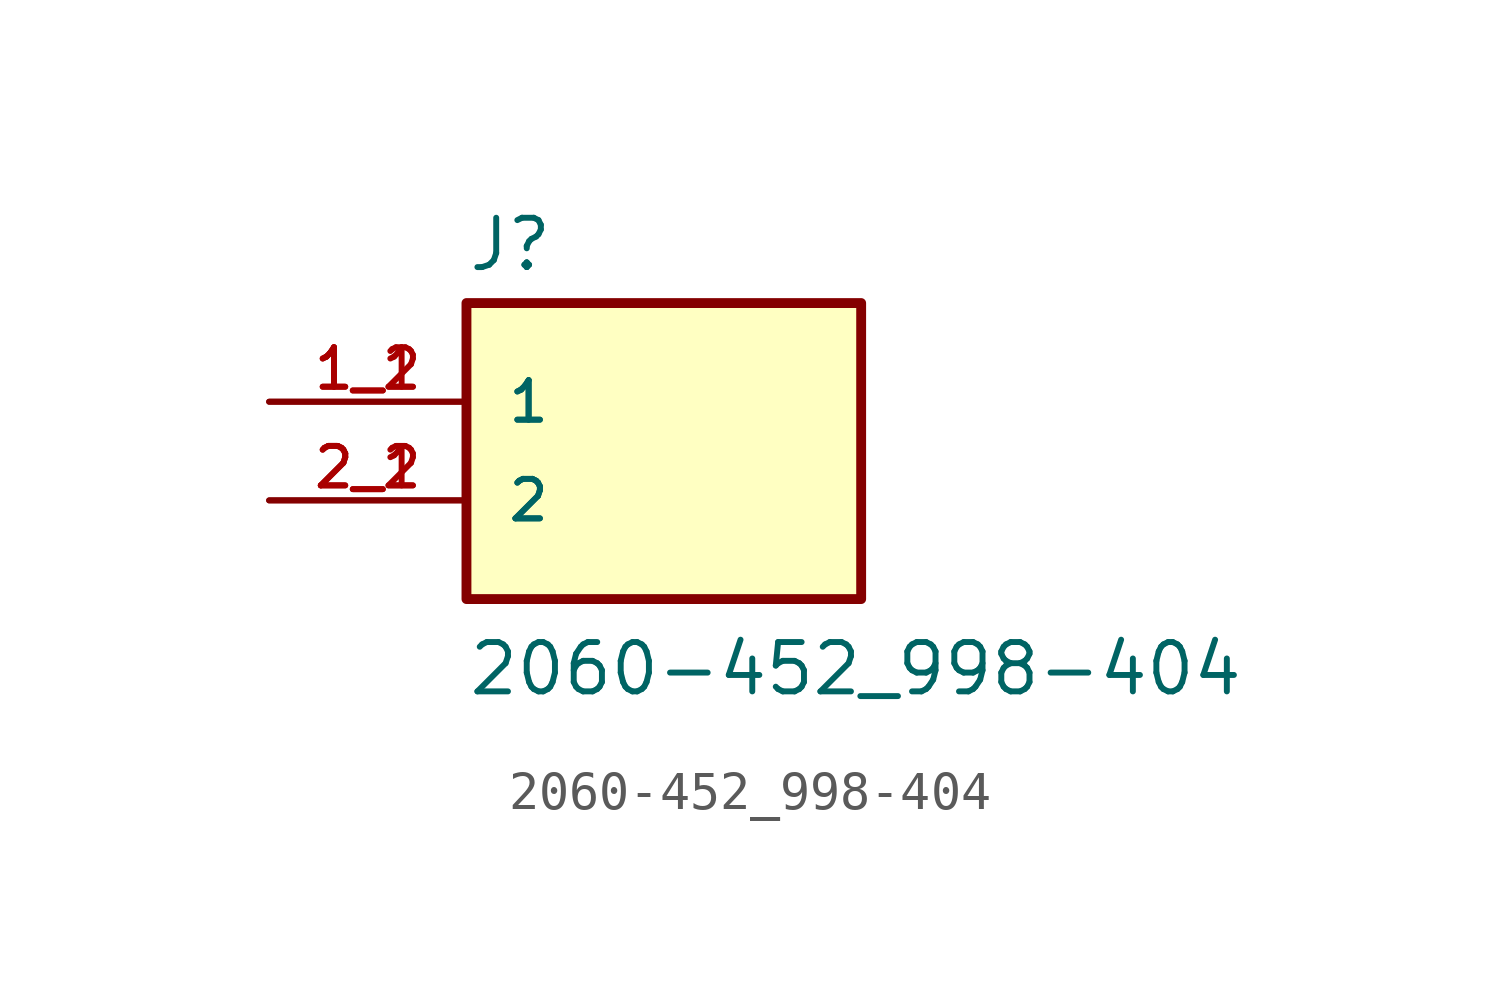
<source format=kicad_sym>
(kicad_symbol_lib
  (version 20211014)
  (generator kicad_symbol_editor)
  (symbol "2060-452_998-404"
    (pin_names
      (offset 1.016))
    (property "Reference" "J"
      (at -5.08 5.842 0)
      (effects (font (size 1.27 1.27)) (justify bottom left)))
    (property "Value" "2060-452_998-404"
      (at -5.08 -5.08 0)
      (effects (font (size 1.27 1.27)) (justify bottom left)))
    (symbol "2060-452_998-404_0_0"
      (rectangle (start -5.08 -2.54) (end 5.08 5.08) (stroke (width 0.254)) (fill (type background)))
      (pin passive line (at -10.16 2.54 0) (length 5.08) (name "1" (effects (font (size 1.016 1.016)))) (number "1_1" (effects (font (size 1.016 1.016)))))
      (pin passive line (at -10.16 2.54 0) (length 5.08) (name "1" (effects (font (size 1.016 1.016)))) (number "1_2" (effects (font (size 1.016 1.016)))))
      (pin passive line (at -10.16 0.0 0) (length 5.08) (name "2" (effects (font (size 1.016 1.016)))) (number "2_1" (effects (font (size 1.016 1.016)))))
      (pin passive line (at -10.16 0.0 0) (length 5.08) (name "2" (effects (font (size 1.016 1.016)))) (number "2_2" (effects (font (size 1.016 1.016))))))))
</source>
